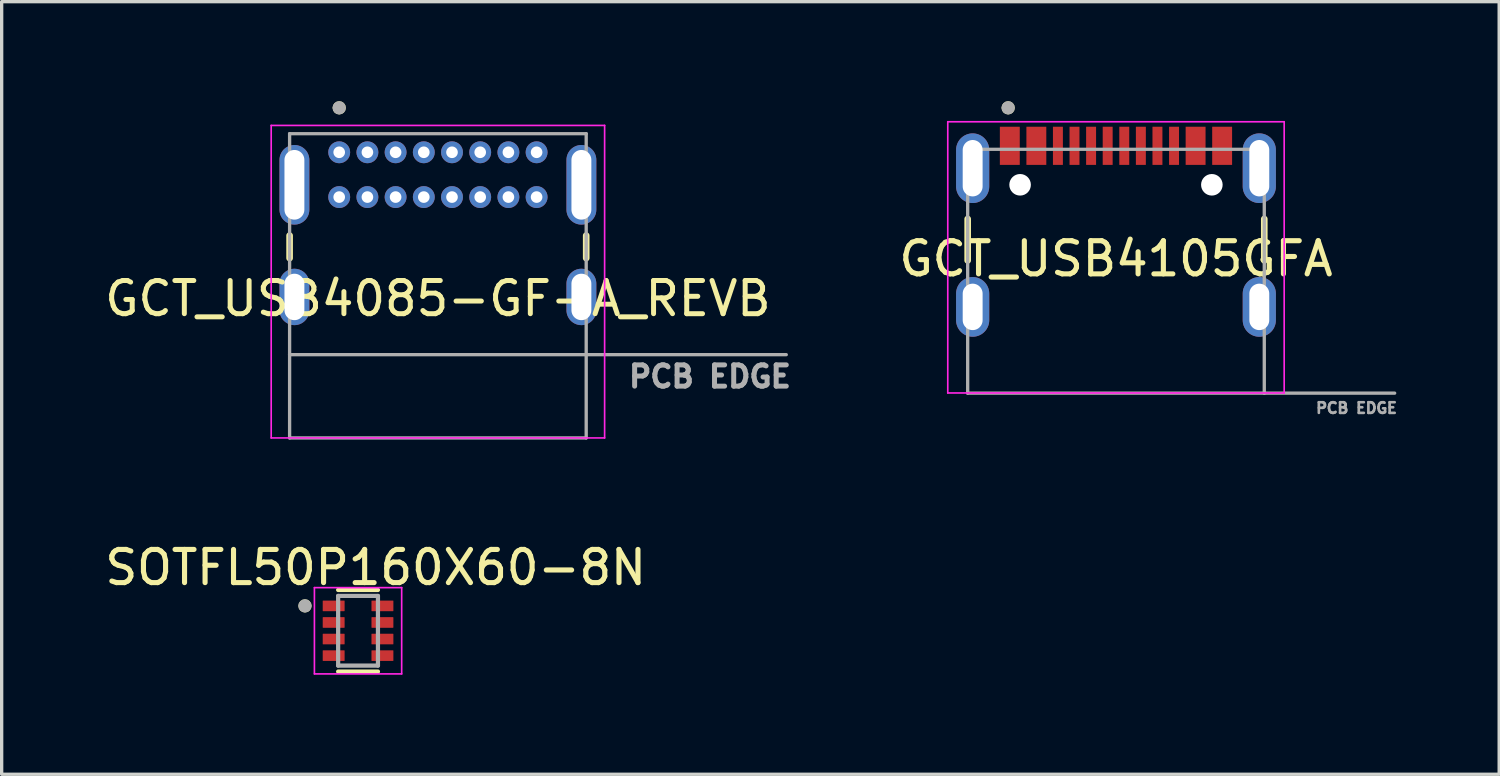
<source format=kicad_pcb>
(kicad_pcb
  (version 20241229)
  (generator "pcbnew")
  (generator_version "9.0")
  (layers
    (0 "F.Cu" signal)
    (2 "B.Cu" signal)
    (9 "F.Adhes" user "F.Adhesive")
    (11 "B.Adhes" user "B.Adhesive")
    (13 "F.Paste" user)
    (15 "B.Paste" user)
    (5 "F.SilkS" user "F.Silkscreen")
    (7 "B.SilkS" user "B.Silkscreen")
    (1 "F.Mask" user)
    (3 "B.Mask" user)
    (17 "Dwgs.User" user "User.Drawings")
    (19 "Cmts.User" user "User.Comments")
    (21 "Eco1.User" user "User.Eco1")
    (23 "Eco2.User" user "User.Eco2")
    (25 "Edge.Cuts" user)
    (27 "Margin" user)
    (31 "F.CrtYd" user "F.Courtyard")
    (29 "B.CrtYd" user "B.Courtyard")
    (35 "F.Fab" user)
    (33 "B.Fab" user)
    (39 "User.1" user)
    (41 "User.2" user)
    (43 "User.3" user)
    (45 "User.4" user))
  (footprint "SOTFL50P160X60-8N"
    (layer "F.Cu")
    (at 7.742 15.962)
    (property "Reference" "SOTFL50P160X60-8N" (at 0.532 -1.906 0) (layer "F.SilkS") (effects (font (size 1 1) (thickness 0.154))))
    (attr smd)
    (fp_line (start -0.6 -1.23) (end 0.6 -1.23) (stroke (width 0.127) (type solid)) (layer "F.SilkS"))
    (fp_line (start -0.6 1.23) (end 0.6 1.23) (stroke (width 0.127) (type solid)) (layer "F.SilkS"))
    (fp_circle (center -1.6 -0.75) (end -1.5 -0.75) (stroke (width 0.2) (type solid)) (fill no) (layer "F.SilkS"))
    (fp_line (start -1.315 -1.3) (end -1.315 1.3) (stroke (width 0.05) (type solid)) (layer "F.CrtYd"))
    (fp_line (start -1.315 1.3) (end 1.315 1.3) (stroke (width 0.05) (type solid)) (layer "F.CrtYd"))
    (fp_line (start 1.315 -1.3) (end -1.315 -1.3) (stroke (width 0.05) (type solid)) (layer "F.CrtYd"))
    (fp_line (start 1.315 1.3) (end 1.315 -1.3) (stroke (width 0.05) (type solid)) (layer "F.CrtYd"))
    (fp_line (start -0.6 -1.05) (end -0.6 1.05) (stroke (width 0.127) (type solid)) (layer "F.Fab"))
    (fp_line (start -0.6 1.05) (end 0.6 1.05) (stroke (width 0.127) (type solid)) (layer "F.Fab"))
    (fp_line (start 0.6 -1.05) (end -0.6 -1.05) (stroke (width 0.127) (type solid)) (layer "F.Fab"))
    (fp_line (start 0.6 1.05) (end 0.6 -1.05) (stroke (width 0.127) (type solid)) (layer "F.Fab"))
    (fp_circle (center -1.6 -0.75) (end -1.5 -0.75) (stroke (width 0.2) (type solid)) (fill no) (layer "F.Fab"))
    (pad "1" smd roundrect (at -0.735 -0.75) (size 0.66 0.32) (layers "F.Cu" "F.Mask" "F.Paste") (roundrect_rratio 0.04))
    (pad "2" smd roundrect (at -0.735 -0.25) (size 0.66 0.32) (layers "F.Cu" "F.Mask" "F.Paste") (roundrect_rratio 0.04))
    (pad "3" smd roundrect (at -0.735 0.25) (size 0.66 0.32) (layers "F.Cu" "F.Mask" "F.Paste") (roundrect_rratio 0.04))
    (pad "4" smd roundrect (at -0.735 0.75) (size 0.66 0.32) (layers "F.Cu" "F.Mask" "F.Paste") (roundrect_rratio 0.04))
    (pad "5" smd roundrect (at 0.735 0.75) (size 0.66 0.32) (layers "F.Cu" "F.Mask" "F.Paste") (roundrect_rratio 0.04))
    (pad "6" smd roundrect (at 0.735 0.25) (size 0.66 0.32) (layers "F.Cu" "F.Mask" "F.Paste") (roundrect_rratio 0.04))
    (pad "7" smd roundrect (at 0.735 -0.25) (size 0.66 0.32) (layers "F.Cu" "F.Mask" "F.Paste") (roundrect_rratio 0.04))
    (pad "8" smd roundrect (at 0.735 -0.75) (size 0.66 0.32) (layers "F.Cu" "F.Mask" "F.Paste") (roundrect_rratio 0.04)))
  (footprint "GCT_USB4085-GF-A_REVB"
    (layer "F.Cu")
    (at 10.149 5.9)
    (property "Reference" "GCT_USB4085-GF-A_REVB" (at 0 0.05 0) (layer "F.SilkS") (effects (font (size 1 1) (thickness 0.15))))
    (attr through_hole)
    (fp_line (start -4.47 -1.85) (end -4.47 -1.17) (stroke (width 0.2) (type solid)) (layer "F.SilkS"))
    (fp_line (start 4.47 -1.85) (end 4.47 -1.17) (stroke (width 0.2) (type solid)) (layer "F.SilkS"))
    (fp_circle (center -2.975 -5.7) (end -2.875 -5.7) (stroke (width 0.2) (type solid)) (fill no) (layer "F.SilkS"))
    (fp_line (start -5.025 -5.17) (end 5.025 -5.17) (stroke (width 0.05) (type solid)) (layer "F.CrtYd"))
    (fp_line (start -5.025 4.25) (end -5.025 -5.17) (stroke (width 0.05) (type solid)) (layer "F.CrtYd"))
    (fp_line (start 5.025 -5.17) (end 5.025 4.25) (stroke (width 0.05) (type solid)) (layer "F.CrtYd"))
    (fp_line (start 5.025 4.25) (end -5.025 4.25) (stroke (width 0.05) (type solid)) (layer "F.CrtYd"))
    (fp_line (start -4.47 -4.92) (end 4.47 -4.92) (stroke (width 0.1) (type solid)) (layer "F.Fab"))
    (fp_line (start -4.47 1.74) (end -4.47 -4.92) (stroke (width 0.1) (type solid)) (layer "F.Fab"))
    (fp_line (start -4.47 1.74) (end 10.5 1.74) (stroke (width 0.1) (type solid)) (layer "F.Fab"))
    (fp_line (start -4.47 4.25) (end -4.47 1.74) (stroke (width 0.1) (type solid)) (layer "F.Fab"))
    (fp_line (start 4.47 -4.92) (end 4.47 4.25) (stroke (width 0.1) (type solid)) (layer "F.Fab"))
    (fp_line (start 4.47 4.25) (end -4.47 4.25) (stroke (width 0.1) (type solid)) (layer "F.Fab"))
    (fp_circle (center -2.975 -5.7) (end -2.875 -5.7) (stroke (width 0.2) (type solid)) (fill no) (layer "F.Fab"))
    (fp_text user "PCB EDGE" (at 8.2 2.4 0) (layer "F.Fab") (effects (font (size 0.64 0.64) (thickness 0.15))))
    (pad "" thru_hole oval (at -4.325 -3.38) (size 0.9 2.4) (drill oval 0.6 2.1) (layers "*.Cu" "*.Mask"))
    (pad "" thru_hole oval (at -4.325 0) (size 0.9 1.7) (drill oval 0.6 1.4) (layers "*.Cu" "*.Mask"))
    (pad "" thru_hole oval (at 4.325 -3.38) (size 0.9 2.4) (drill oval 0.6 2.1) (layers "*.Cu" "*.Mask"))
    (pad "" thru_hole oval (at 4.325 0) (size 0.9 1.7) (drill oval 0.6 1.4) (layers "*.Cu" "*.Mask"))
    (pad "A1" thru_hole circle (at -2.975 -4.36) (size 0.66 0.66) (drill 0.35) (layers "*.Cu" "*.Mask"))
    (pad "A4" thru_hole circle (at -2.125 -4.36) (size 0.66 0.66) (drill 0.35) (layers "*.Cu" "*.Mask"))
    (pad "A5" thru_hole circle (at -1.275 -4.36) (size 0.66 0.66) (drill 0.35) (layers "*.Cu" "*.Mask"))
    (pad "A6" thru_hole circle (at -0.425 -4.36) (size 0.66 0.66) (drill 0.35) (layers "*.Cu" "*.Mask"))
    (pad "A7" thru_hole circle (at 0.425 -4.36) (size 0.66 0.66) (drill 0.35) (layers "*.Cu" "*.Mask"))
    (pad "A8" thru_hole circle (at 1.275 -4.36) (size 0.66 0.66) (drill 0.35) (layers "*.Cu" "*.Mask"))
    (pad "A9" thru_hole circle (at 2.125 -4.36) (size 0.66 0.66) (drill 0.35) (layers "*.Cu" "*.Mask"))
    (pad "A12" thru_hole circle (at 2.975 -4.36) (size 0.66 0.66) (drill 0.35) (layers "*.Cu" "*.Mask"))
    (pad "B1" thru_hole circle (at 2.975 -3.01) (size 0.66 0.66) (drill 0.35) (layers "*.Cu" "*.Mask"))
    (pad "B4" thru_hole circle (at 2.125 -3.01) (size 0.66 0.66) (drill 0.35) (layers "*.Cu" "*.Mask"))
    (pad "B5" thru_hole circle (at 1.275 -3.01) (size 0.66 0.66) (drill 0.35) (layers "*.Cu" "*.Mask"))
    (pad "B6" thru_hole circle (at 0.425 -3.01) (size 0.66 0.66) (drill 0.35) (layers "*.Cu" "*.Mask"))
    (pad "B7" thru_hole circle (at -0.425 -3.01) (size 0.66 0.66) (drill 0.35) (layers "*.Cu" "*.Mask"))
    (pad "B8" thru_hole circle (at -1.275 -3.01) (size 0.66 0.66) (drill 0.35) (layers "*.Cu" "*.Mask"))
    (pad "B9" thru_hole circle (at -2.125 -3.01) (size 0.66 0.66) (drill 0.35) (layers "*.Cu" "*.Mask"))
    (pad "B12" thru_hole circle (at -2.975 -3.01) (size 0.66 0.66) (drill 0.35) (layers "*.Cu" "*.Mask")))
  (footprint "GCT_USB4105GFA"
    (layer "F.Cu")
    (at 30.587 8.795)
    (property "Reference" "GCT_USB4105GFA" (at 0 -4.045 0) (layer "F.SilkS") (effects (font (size 1 1) (thickness 0.154))))
    (attr smd)
    (fp_line (start -4.47 -5.245) (end -4.47 -3.995) (stroke (width 0.2) (type solid)) (layer "F.SilkS"))
    (fp_line (start 4.47 -5.245) (end 4.47 -3.995) (stroke (width 0.2) (type solid)) (layer "F.SilkS"))
    (fp_circle (center -3.25 -8.595) (end -3.15 -8.595) (stroke (width 0.2) (type solid)) (fill no) (layer "F.SilkS"))
    (fp_line (start -5.07 -8.175) (end -5.07 0) (stroke (width 0.05) (type solid)) (layer "F.CrtYd"))
    (fp_line (start -5.07 0) (end 5.07 0) (stroke (width 0.05) (type solid)) (layer "F.CrtYd"))
    (fp_line (start 5.07 -8.175) (end -5.07 -8.175) (stroke (width 0.05) (type solid)) (layer "F.CrtYd"))
    (fp_line (start 5.07 0) (end 5.07 -8.175) (stroke (width 0.05) (type solid)) (layer "F.CrtYd"))
    (fp_line (start -4.47 -7.345) (end 4.47 -7.345) (stroke (width 0.1) (type solid)) (layer "F.Fab"))
    (fp_line (start -4.47 0.005) (end -4.47 -7.345) (stroke (width 0.1) (type solid)) (layer "F.Fab"))
    (fp_line (start 4.47 -7.345) (end 4.47 0.005) (stroke (width 0.1) (type solid)) (layer "F.Fab"))
    (fp_line (start 4.47 0.005) (end -4.47 0.005) (stroke (width 0.1) (type solid)) (layer "F.Fab"))
    (fp_line (start 4.47 0.005) (end 8.4 0.005) (stroke (width 0.1) (type solid)) (layer "F.Fab"))
    (fp_circle (center -3.25 -8.595) (end -3.15 -8.595) (stroke (width 0.2) (type solid)) (fill no) (layer "F.Fab"))
    (fp_text user "PCB EDGE" (at 7.25 0.455 0) (layer "F.Fab") (effects (font (size 0.32 0.32) (thickness 0.08))))
    (pad "" np_thru_hole circle (at -2.89 -6.275) (size 0.65 0.65) (drill 0.65) (layers "*.Cu" "*.Mask"))
    (pad "" np_thru_hole circle (at 2.89 -6.275) (size 0.65 0.65) (drill 0.65) (layers "*.Cu" "*.Mask"))
    (pad "A1_B12" smd rect (at -3.2 -7.45) (size 0.6 1.15) (layers "F.Cu" "F.Mask" "F.Paste"))
    (pad "A4_B9" smd rect (at -2.4 -7.45) (size 0.6 1.15) (layers "F.Cu" "F.Mask" "F.Paste"))
    (pad "A5" smd rect (at -1.25 -7.45) (size 0.3 1.15) (layers "F.Cu" "F.Mask" "F.Paste"))
    (pad "A6" smd rect (at -0.25 -7.45) (size 0.3 1.15) (layers "F.Cu" "F.Mask" "F.Paste"))
    (pad "A7" smd rect (at 0.25 -7.45) (size 0.3 1.15) (layers "F.Cu" "F.Mask" "F.Paste"))
    (pad "A8" smd rect (at 1.25 -7.45) (size 0.3 1.15) (layers "F.Cu" "F.Mask" "F.Paste"))
    (pad "B1_A12" smd rect (at 3.2 -7.45) (size 0.6 1.15) (layers "F.Cu" "F.Mask" "F.Paste"))
    (pad "B4_A9" smd rect (at 2.4 -7.45) (size 0.6 1.15) (layers "F.Cu" "F.Mask" "F.Paste"))
    (pad "B5" smd rect (at 1.75 -7.45) (size 0.3 1.15) (layers "F.Cu" "F.Mask" "F.Paste"))
    (pad "B6" smd rect (at 0.75 -7.45) (size 0.3 1.15) (layers "F.Cu" "F.Mask" "F.Paste"))
    (pad "B7" smd rect (at -0.75 -7.45) (size 0.3 1.15) (layers "F.Cu" "F.Mask" "F.Paste"))
    (pad "B8" smd rect (at -1.75 -7.45) (size 0.3 1.15) (layers "F.Cu" "F.Mask" "F.Paste"))
    (pad "SH1" thru_hole oval (at -4.32 -6.775) (size 1 2.1) (drill oval 0.6 1.7) (layers "*.Cu" "*.Mask"))
    (pad "SH2" thru_hole oval (at 4.32 -6.775) (size 1 2.1) (drill oval 0.6 1.7) (layers "*.Cu" "*.Mask"))
    (pad "SH3" thru_hole oval (at -4.32 -2.595) (size 1 1.8) (drill oval 0.6 1.4) (layers "*.Cu" "*.Mask"))
    (pad "SH4" thru_hole oval (at 4.32 -2.595) (size 1 1.8) (drill oval 0.6 1.4) (layers "*.Cu" "*.Mask")))
  (gr_rect
    (start -3 -3)
    (end 42.137 20.287)
    (stroke (width 0.1) (type default))
    (fill no)
    (layer "Edge.Cuts")))
</source>
